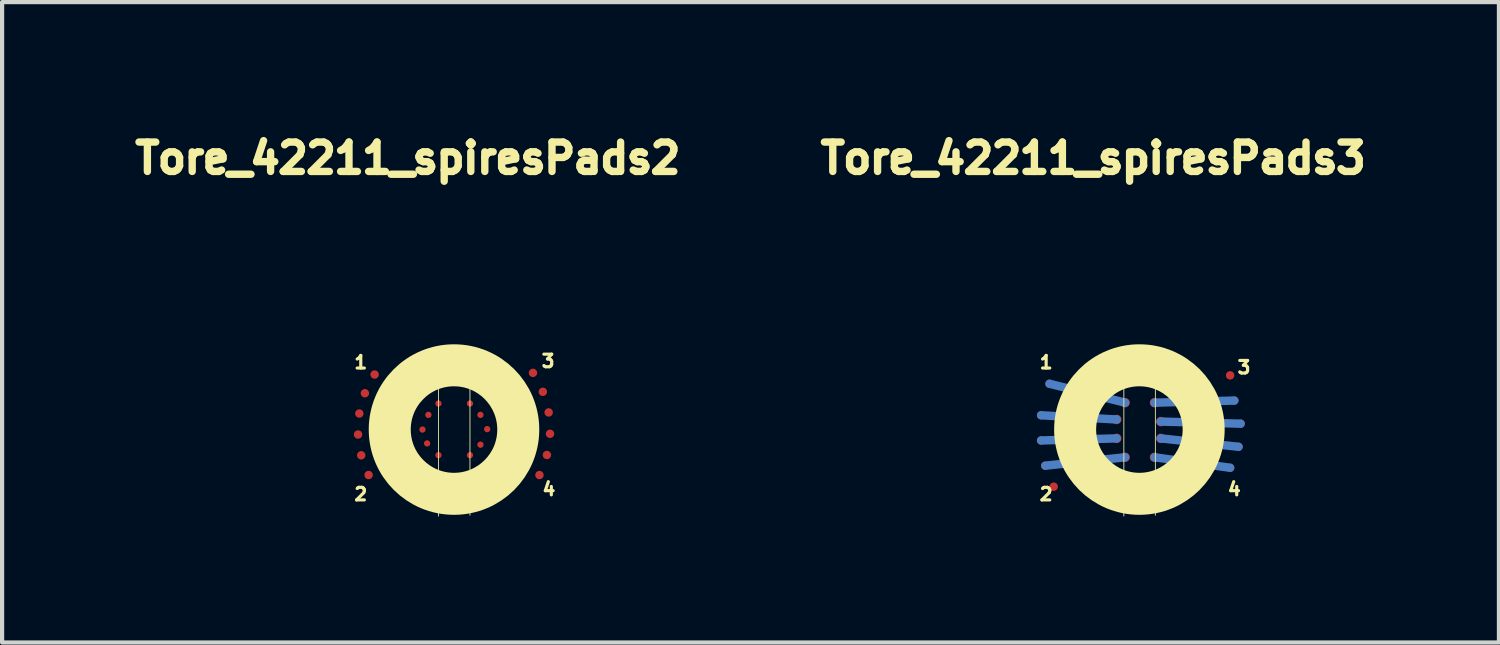
<source format=kicad_pcb>
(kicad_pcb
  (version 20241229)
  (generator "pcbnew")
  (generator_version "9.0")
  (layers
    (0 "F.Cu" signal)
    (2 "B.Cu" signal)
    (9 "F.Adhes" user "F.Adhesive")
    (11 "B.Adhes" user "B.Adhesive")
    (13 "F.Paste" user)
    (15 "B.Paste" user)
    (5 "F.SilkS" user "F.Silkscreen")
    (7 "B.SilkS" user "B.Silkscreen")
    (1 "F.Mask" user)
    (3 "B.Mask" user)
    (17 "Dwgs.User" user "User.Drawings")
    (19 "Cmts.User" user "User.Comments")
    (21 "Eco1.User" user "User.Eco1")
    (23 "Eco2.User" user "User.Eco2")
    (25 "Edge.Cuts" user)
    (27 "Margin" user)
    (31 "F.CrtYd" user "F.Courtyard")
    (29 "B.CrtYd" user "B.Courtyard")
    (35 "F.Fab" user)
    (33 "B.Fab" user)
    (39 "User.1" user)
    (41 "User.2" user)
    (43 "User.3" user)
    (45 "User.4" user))
  (footprint "Tore_42211_spiresPads2"
    (layer "F.Cu")
    (at 7.769 7.187)
    (property "Reference" "Tore_42211_spiresPads2" (at -1.11 -6.47 0) (layer "F.SilkS") (effects (font (size 0.7 0.7) (thickness 0.3))))
    (attr through_hole)
    (fp_line (start -0.38 -1.82) (end -0.38 2.05) (stroke (width 0.02) (type solid)) (layer "F.SilkS"))
    (fp_line (start 0.37 -1.84) (end 0.37 2.03) (stroke (width 0.02) (type solid)) (layer "F.SilkS"))
    (fp_circle (center -0.01 -0.01) (end 1.52 -0.01) (stroke (width 1) (type solid)) (fill no) (layer "F.SilkS"))
    (fp_line (start -2.29 0.1) (end -0.67 0.31) (stroke (width 0.12) (type solid)) (layer "In2.Cu"))
    (fp_line (start -2.28 -0.39) (end -0.76 -0.02) (stroke (width 0.12) (type solid)) (layer "In2.Cu"))
    (fp_line (start -2.15 -0.88) (end -0.63 -0.36) (stroke (width 0.12) (type solid)) (layer "In2.Cu"))
    (fp_line (start -1.91 -1.32) (end -0.4 -0.64) (stroke (width 0.12) (type solid)) (layer "In2.Cu"))
    (fp_line (start -0.4 0.6) (end -2.24 0.61) (stroke (width 0.12) (type solid)) (layer "In2.Cu"))
    (fp_line (start 0.38 -0.63) (end 2.11 -0.91) (stroke (width 0.12) (type solid)) (layer "In2.Cu"))
    (fp_line (start 2.03 1.07) (end 0.39 0.6) (stroke (width 0.12) (type solid)) (layer "In2.Cu"))
    (fp_line (start 2.21 0.61) (end 0.63 0.35) (stroke (width 0.12) (type solid)) (layer "In2.Cu"))
    (fp_line (start 2.25 -0.42) (end 0.63 -0.36) (stroke (width 0.12) (type solid)) (layer "In2.Cu"))
    (fp_line (start 2.27 0.09) (end 0.77 -0.02) (stroke (width 0.12) (type solid)) (layer "In2.Cu"))
    (fp_poly (pts (xy 0.158 -2.031) (xy 0.3 -2.015) (xy 0.44 -1.988) (xy 0.476 -1.98) (xy 0.614 -1.941) (xy 0.747 -1.894) (xy 0.876 -1.837) (xy 1 -1.773) (xy 1.119 -1.701) (xy 1.232 -1.621) (xy 1.339 -1.534) (xy 1.44 -1.44) (xy 1.534 -1.34) (xy 1.621 -1.233) (xy 1.701 -1.121) (xy 1.773 -1.003) (xy 1.838 -0.881) (xy 1.893 -0.753) (xy 1.941 -0.621) (xy 1.979 -0.486) (xy 1.998 -0.398) (xy 2.021 -0.259) (xy 2.033 -0.12) (xy 2.036 0.019) (xy 2.028 0.159) (xy 2.011 0.3) (xy 2.003 0.346) (xy 1.973 0.484) (xy 1.934 0.618) (xy 1.886 0.749) (xy 1.828 0.876) (xy 1.762 0.999) (xy 1.688 1.117) (xy 1.605 1.23) (xy 1.514 1.338) (xy 1.416 1.439) (xy 1.311 1.534) (xy 1.199 1.622) (xy 1.125 1.673) (xy 1.004 1.747) (xy 0.879 1.813) (xy 0.75 1.869) (xy 0.617 1.917) (xy 0.481 1.955) (xy 0.343 1.984) (xy 0.203 2.004) (xy 0.063 2.013) (xy -0.018 2.014) (xy -0.05 2.014) (xy -0.079 2.013) (xy -0.105 2.012) (xy -0.125 2.012) (xy -0.135 2.011) (xy -0.28 1.997) (xy -0.422 1.973) (xy -0.561 1.939) (xy -0.697 1.896) (xy -0.829 1.843) (xy -0.957 1.782) (xy -1.081 1.712) (xy -1.2 1.633) (xy -1.313 1.546) (xy -1.421 1.451) (xy -1.46 1.412) (xy -1.559 1.307) (xy -1.649 1.195) (xy -1.73 1.079) (xy -1.803 0.957) (xy -1.867 0.831) (xy -1.922 0.7) (xy -1.968 0.566) (xy -2.004 0.427) (xy -2.031 0.285) (xy -2.041 0.214) (xy -2.045 0.173) (xy -2.047 0.124) (xy -2.049 0.069) (xy -2.05 0.012) (xy -2.05 -0.012) (xy -1.033 -0.012) (xy -1.028 0.09) (xy -1.014 0.188) (xy -0.991 0.282) (xy -0.959 0.373) (xy -0.916 0.462) (xy -0.885 0.516) (xy -0.831 0.596) (xy -0.769 0.67) (xy -0.7 0.738) (xy -0.626 0.799) (xy -0.546 0.853) (xy -0.462 0.9) (xy -0.375 0.938) (xy -0.285 0.968) (xy -0.194 0.988) (xy -0.155 0.993) (xy -0.133 0.996) (xy -0.114 0.999) (xy -0.1 1.001) (xy -0.097 1.001) (xy -0.083 1.002) (xy -0.061 1.003) (xy -0.033 1.003) (xy -0.001 1.002) (xy 0.033 1.001) (xy 0.068 0.999) (xy 0.1 0.997) (xy 0.128 0.995) (xy 0.15 0.993) (xy 0.157 0.991) (xy 0.237 0.975) (xy 0.312 0.954) (xy 0.385 0.927) (xy 0.449 0.898) (xy 0.537 0.849) (xy 0.619 0.792) (xy 0.694 0.728) (xy 0.763 0.657) (xy 0.825 0.58) (xy 0.879 0.497) (xy 0.925 0.408) (xy 0.963 0.315) (xy 0.99 0.224) (xy 1.005 0.148) (xy 1.013 0.067) (xy 1.016 -0.017) (xy 1.012 -0.101) (xy 1.002 -0.184) (xy 0.99 -0.245) (xy 0.964 -0.334) (xy 0.93 -0.422) (xy 0.886 -0.508) (xy 0.836 -0.59) (xy 0.811 -0.624) (xy 0.791 -0.649) (xy 0.764 -0.679) (xy 0.733 -0.711) (xy 0.701 -0.744) (xy 0.669 -0.774) (xy 0.639 -0.8) (xy 0.616 -0.819) (xy 0.532 -0.876) (xy 0.443 -0.925) (xy 0.35 -0.964) (xy 0.252 -0.995) (xy 0.152 -1.016) (xy 0.12 -1.02) (xy 0.08 -1.023) (xy 0.035 -1.025) (xy -0.012 -1.025) (xy -0.059 -1.025) (xy -0.103 -1.023) (xy -0.142 -1.02) (xy -0.17 -1.016) (xy -0.247 -1.001) (xy -0.317 -0.981) (xy -0.385 -0.957) (xy -0.453 -0.928) (xy -0.465 -0.922) (xy -0.553 -0.873) (xy -0.634 -0.817) (xy -0.71 -0.753) (xy -0.779 -0.683) (xy -0.841 -0.606) (xy -0.895 -0.523) (xy -0.941 -0.436) (xy -0.978 -0.344) (xy -1 -0.271) (xy -1.014 -0.213) (xy -1.024 -0.158) (xy -1.03 -0.101) (xy -1.032 -0.04) (xy -1.033 -0.012) (xy -2.05 -0.012) (xy -2.05 -0.047) (xy -2.049 -0.104) (xy -2.047 -0.158) (xy -2.044 -0.206) (xy -2.041 -0.238) (xy -2.018 -0.382) (xy -1.986 -0.523) (xy -1.945 -0.659) (xy -1.894 -0.793) (xy -1.834 -0.922) (xy -1.765 -1.047) (xy -1.736 -1.094) (xy -1.656 -1.209) (xy -1.569 -1.319) (xy -1.473 -1.423) (xy -1.37 -1.521) (xy -1.261 -1.611) (xy -1.147 -1.694) (xy -1.066 -1.745) (xy -0.94 -1.815) (xy -0.811 -1.875) (xy -0.678 -1.926) (xy -0.543 -1.968) (xy -0.405 -2) (xy -0.265 -2.022) (xy -0.125 -2.035) (xy 0.017 -2.038) (xy 0.158 -2.031)) (stroke (width 0.01) (type solid)) (fill no) (layer "Eco1.User"))
    (fp_text user "1" (at -2.23 -1.61 0) (layer "F.SilkS") (effects (font (size 0.3 0.3) (thickness 0.075))))
    (fp_text user "4" (at 2.25 1.41 0) (layer "F.SilkS") (effects (font (size 0.3 0.3) (thickness 0.075))))
    (fp_text user "2" (at -2.23 1.53 0) (layer "F.SilkS") (effects (font (size 0.3 0.3) (thickness 0.075))))
    (fp_text user "3" (at 2.23 -1.64 0) (layer "F.SilkS") (effects (font (size 0.3 0.3) (thickness 0.075))))
    (pad "" smd circle (at -2.294 0.108 36) (size 0.2 0.2) (layers "F.Cu" "F.Mask" "F.Paste"))
    (pad "" smd circle (at -2.264 -0.392 24) (size 0.2 0.2) (layers "F.Cu" "F.Mask" "F.Paste"))
    (pad "" smd circle (at -2.219 0.603 48) (size 0.2 0.2) (layers "F.Cu" "F.Mask" "F.Paste"))
    (pad "" smd circle (at -2.131 -0.875 12) (size 0.2 0.2) (layers "F.Cu" "F.Mask" "F.Paste"))
    (pad "" smd circle (at -0.76 -0.01 60) (size 0.15 0.15) (layers "F.Cu" "F.Mask" "F.Paste"))
    (pad "" smd circle (at -0.65 0.32 90) (size 0.15 0.15) (layers "F.Cu" "F.Mask" "F.Paste"))
    (pad "" smd circle (at -0.62 -0.36 30) (size 0.15 0.15) (layers "F.Cu" "F.Mask" "F.Paste"))
    (pad "" smd circle (at -0.38 -0.63) (size 0.15 0.15) (layers "F.Cu" "F.Mask" "F.Paste"))
    (pad "" smd circle (at -0.38 0.6 120) (size 0.15 0.15) (layers "F.Cu" "F.Mask" "F.Paste"))
    (pad "" smd circle (at 0.37 -0.63 300) (size 0.15 0.15) (layers "F.Cu" "F.Mask" "F.Paste"))
    (pad "" smd circle (at 0.37 0.6 180) (size 0.15 0.15) (layers "F.Cu" "F.Mask" "F.Paste"))
    (pad "" smd circle (at 0.62 -0.36 270) (size 0.15 0.15) (layers "F.Cu" "F.Mask" "F.Paste"))
    (pad "" smd circle (at 0.62 0.35 210) (size 0.15 0.15) (layers "F.Cu" "F.Mask" "F.Paste"))
    (pad "" smd circle (at 0.78 -0.02 240) (size 0.15 0.15) (layers "F.Cu" "F.Mask" "F.Paste"))
    (pad "" smd circle (at 2.106 -0.908 288) (size 0.2 0.2) (layers "F.Cu" "F.Mask" "F.Paste"))
    (pad "" smd circle (at 2.202 0.595 252) (size 0.2 0.2) (layers "F.Cu" "F.Mask" "F.Paste"))
    (pad "" smd circle (at 2.244 -0.418 276) (size 0.2 0.2) (layers "F.Cu" "F.Mask" "F.Paste"))
    (pad "" smd circle (at 2.276 0.091 264) (size 0.2 0.2) (layers "F.Cu" "F.Mask" "F.Paste"))
    (pad "1" smd circle (at -1.9 -1.32) (size 0.2 0.2) (layers "F.Cu" "F.Mask" "F.Paste"))
    (pad "2" smd circle (at -2.043 1.072 60) (size 0.2 0.2) (layers "F.Cu" "F.Mask" "F.Paste"))
    (pad "3" smd circle (at 1.87 -1.36 300) (size 0.2 0.2) (layers "F.Cu" "F.Mask" "F.Paste"))
    (pad "4" smd circle (at 2.024 1.073 240) (size 0.2 0.2) (layers "F.Cu" "F.Mask" "F.Paste")))
  (footprint "Tore_42211_spiresPads3"
    (layer "F.Cu")
    (at 24.087 7.187)
    (property "Reference" "Tore_42211_spiresPads3" (at -1.11 -6.47 0) (layer "F.SilkS") (effects (font (size 0.7 0.7) (thickness 0.3))))
    (attr through_hole)
    (fp_line (start -2.35 -0.35) (end -0.55 -0.25) (stroke (width 0.2) (type solid)) (layer "B.Cu"))
    (fp_line (start -2.35 0.25) (end -0.55 0.2) (stroke (width 0.2) (type solid)) (layer "B.Cu"))
    (fp_line (start -2.15 -1.1) (end -0.35 -0.65) (stroke (width 0.2) (type solid)) (layer "B.Cu"))
    (fp_line (start -0.35 0.65) (end -2.25 0.85) (stroke (width 0.2) (type solid)) (layer "B.Cu"))
    (fp_line (start 0.35 -0.65) (end 2.25 -0.7) (stroke (width 0.2) (type solid)) (layer "B.Cu"))
    (fp_line (start 2.15 0.9) (end 0.35 0.65) (stroke (width 0.2) (type solid)) (layer "B.Cu"))
    (fp_line (start 2.35 0.4) (end 0.5 0.2) (stroke (width 0.2) (type solid)) (layer "B.Cu"))
    (fp_line (start 2.4 -0.15) (end 0.5 -0.2) (stroke (width 0.2) (type solid)) (layer "B.Cu"))
    (fp_line (start -0.38 -1.82) (end -0.38 2.05) (stroke (width 0.02) (type solid)) (layer "F.SilkS"))
    (fp_line (start 0.37 -1.84) (end 0.37 2.03) (stroke (width 0.02) (type solid)) (layer "F.SilkS"))
    (fp_circle (center -0.01 -0.01) (end 1.52 -0.01) (stroke (width 1) (type solid)) (fill no) (layer "F.SilkS"))
    (fp_poly (pts (xy 0.158 -2.031) (xy 0.3 -2.015) (xy 0.44 -1.988) (xy 0.476 -1.98) (xy 0.614 -1.941) (xy 0.747 -1.894) (xy 0.876 -1.837) (xy 1 -1.773) (xy 1.119 -1.701) (xy 1.232 -1.621) (xy 1.339 -1.534) (xy 1.44 -1.44) (xy 1.534 -1.34) (xy 1.621 -1.233) (xy 1.701 -1.121) (xy 1.773 -1.003) (xy 1.838 -0.881) (xy 1.893 -0.753) (xy 1.941 -0.621) (xy 1.979 -0.486) (xy 1.998 -0.398) (xy 2.021 -0.259) (xy 2.033 -0.12) (xy 2.036 0.019) (xy 2.028 0.159) (xy 2.011 0.3) (xy 2.003 0.346) (xy 1.973 0.484) (xy 1.934 0.618) (xy 1.886 0.749) (xy 1.828 0.876) (xy 1.762 0.999) (xy 1.688 1.117) (xy 1.605 1.23) (xy 1.514 1.338) (xy 1.416 1.439) (xy 1.311 1.534) (xy 1.199 1.622) (xy 1.125 1.673) (xy 1.004 1.747) (xy 0.879 1.813) (xy 0.75 1.869) (xy 0.617 1.917) (xy 0.481 1.955) (xy 0.343 1.984) (xy 0.203 2.004) (xy 0.063 2.013) (xy -0.018 2.014) (xy -0.05 2.014) (xy -0.079 2.013) (xy -0.105 2.012) (xy -0.125 2.012) (xy -0.135 2.011) (xy -0.28 1.997) (xy -0.422 1.973) (xy -0.561 1.939) (xy -0.697 1.896) (xy -0.829 1.843) (xy -0.957 1.782) (xy -1.081 1.712) (xy -1.2 1.633) (xy -1.313 1.546) (xy -1.421 1.451) (xy -1.46 1.412) (xy -1.559 1.307) (xy -1.649 1.195) (xy -1.73 1.079) (xy -1.803 0.957) (xy -1.867 0.831) (xy -1.922 0.7) (xy -1.968 0.566) (xy -2.004 0.427) (xy -2.031 0.285) (xy -2.041 0.214) (xy -2.045 0.173) (xy -2.047 0.124) (xy -2.049 0.069) (xy -2.05 0.012) (xy -2.05 -0.012) (xy -1.033 -0.012) (xy -1.028 0.09) (xy -1.014 0.188) (xy -0.991 0.282) (xy -0.959 0.373) (xy -0.916 0.462) (xy -0.885 0.516) (xy -0.831 0.596) (xy -0.769 0.67) (xy -0.7 0.738) (xy -0.626 0.799) (xy -0.546 0.853) (xy -0.462 0.9) (xy -0.375 0.938) (xy -0.285 0.968) (xy -0.194 0.988) (xy -0.155 0.993) (xy -0.133 0.996) (xy -0.114 0.999) (xy -0.1 1.001) (xy -0.097 1.001) (xy -0.083 1.002) (xy -0.061 1.003) (xy -0.033 1.003) (xy -0.001 1.002) (xy 0.033 1.001) (xy 0.068 0.999) (xy 0.1 0.997) (xy 0.128 0.995) (xy 0.15 0.993) (xy 0.157 0.991) (xy 0.237 0.975) (xy 0.312 0.954) (xy 0.385 0.927) (xy 0.449 0.898) (xy 0.537 0.849) (xy 0.619 0.792) (xy 0.694 0.728) (xy 0.763 0.657) (xy 0.825 0.58) (xy 0.879 0.497) (xy 0.925 0.408) (xy 0.963 0.315) (xy 0.99 0.224) (xy 1.005 0.148) (xy 1.013 0.067) (xy 1.016 -0.017) (xy 1.012 -0.101) (xy 1.002 -0.184) (xy 0.99 -0.245) (xy 0.964 -0.334) (xy 0.93 -0.422) (xy 0.886 -0.508) (xy 0.836 -0.59) (xy 0.811 -0.624) (xy 0.791 -0.649) (xy 0.764 -0.679) (xy 0.733 -0.711) (xy 0.701 -0.744) (xy 0.669 -0.774) (xy 0.639 -0.8) (xy 0.616 -0.819) (xy 0.532 -0.876) (xy 0.443 -0.925) (xy 0.35 -0.964) (xy 0.252 -0.995) (xy 0.152 -1.016) (xy 0.12 -1.02) (xy 0.08 -1.023) (xy 0.035 -1.025) (xy -0.012 -1.025) (xy -0.059 -1.025) (xy -0.103 -1.023) (xy -0.142 -1.02) (xy -0.17 -1.016) (xy -0.247 -1.001) (xy -0.317 -0.981) (xy -0.385 -0.957) (xy -0.453 -0.928) (xy -0.465 -0.922) (xy -0.553 -0.873) (xy -0.634 -0.817) (xy -0.71 -0.753) (xy -0.779 -0.683) (xy -0.841 -0.606) (xy -0.895 -0.523) (xy -0.941 -0.436) (xy -0.978 -0.344) (xy -1 -0.271) (xy -1.014 -0.213) (xy -1.024 -0.158) (xy -1.03 -0.101) (xy -1.032 -0.04) (xy -1.033 -0.012) (xy -2.05 -0.012) (xy -2.05 -0.047) (xy -2.049 -0.104) (xy -2.047 -0.158) (xy -2.044 -0.206) (xy -2.041 -0.238) (xy -2.018 -0.382) (xy -1.986 -0.523) (xy -1.945 -0.659) (xy -1.894 -0.793) (xy -1.834 -0.922) (xy -1.765 -1.047) (xy -1.736 -1.094) (xy -1.656 -1.209) (xy -1.569 -1.319) (xy -1.473 -1.423) (xy -1.37 -1.521) (xy -1.261 -1.611) (xy -1.147 -1.694) (xy -1.066 -1.745) (xy -0.94 -1.815) (xy -0.811 -1.875) (xy -0.678 -1.926) (xy -0.543 -1.968) (xy -0.405 -2) (xy -0.265 -2.022) (xy -0.125 -2.035) (xy 0.017 -2.038) (xy 0.158 -2.031)) (stroke (width 0.01) (type solid)) (fill no) (layer "Eco1.User"))
    (fp_text user "1" (at -2.23 -1.61 0) (layer "F.SilkS") (effects (font (size 0.3 0.3) (thickness 0.075))))
    (fp_text user "3" (at 2.48 -1.49 0) (layer "F.SilkS") (effects (font (size 0.3 0.3) (thickness 0.075))))
    (fp_text user "2" (at -2.23 1.53 0) (layer "F.SilkS") (effects (font (size 0.3 0.3) (thickness 0.075))))
    (fp_text user "4" (at 2.25 1.41 0) (layer "F.SilkS") (effects (font (size 0.3 0.3) (thickness 0.075))))
    (pad "" smd circle (at -2.35 -0.35 12) (size 0.2 0.2) (layers "F.Cu" "F.Mask" "F.Paste"))
    (pad "" smd circle (at -2.35 0.25 36) (size 0.2 0.2) (layers "F.Cu" "F.Mask" "F.Paste"))
    (pad "" smd circle (at -2.25 0.85 48) (size 0.2 0.2) (layers "F.Cu" "F.Mask" "F.Paste"))
    (pad "" smd circle (at -0.55 -0.25 30) (size 0.225 0.225) (layers "F.Cu" "F.Mask" "F.Paste"))
    (pad "" smd circle (at -0.55 0.2 90) (size 0.225 0.225) (layers "F.Cu" "F.Mask" "F.Paste"))
    (pad "" smd circle (at -0.35 -0.65) (size 0.225 0.225) (layers "F.Cu" "F.Mask" "F.Paste"))
    (pad "" smd circle (at -0.35 0.65 120) (size 0.225 0.225) (layers "F.Cu" "F.Mask" "F.Paste"))
    (pad "" smd circle (at 0.35 -0.65 300) (size 0.225 0.225) (layers "F.Cu" "F.Mask" "F.Paste"))
    (pad "" smd circle (at 0.35 0.65 180) (size 0.225 0.225) (layers "F.Cu" "F.Mask" "F.Paste"))
    (pad "" smd circle (at 0.5 -0.2 270) (size 0.225 0.225) (layers "F.Cu" "F.Mask" "F.Paste"))
    (pad "" smd circle (at 0.5 0.2 210) (size 0.225 0.225) (layers "F.Cu" "F.Mask" "F.Paste"))
    (pad "" smd circle (at 2.25 -0.7 288) (size 0.2 0.2) (layers "F.Cu" "F.Mask" "F.Paste"))
    (pad "" smd circle (at 2.35 0.4 252) (size 0.2 0.2) (layers "F.Cu" "F.Mask" "F.Paste"))
    (pad "" smd circle (at 2.4 -0.15 276) (size 0.2 0.2) (layers "F.Cu" "F.Mask" "F.Paste"))
    (pad "1" smd circle (at -2.15 -1.1) (size 0.2 0.2) (layers "F.Cu" "F.Mask" "F.Paste"))
    (pad "2" smd circle (at -2.05 1.35 60) (size 0.2 0.2) (layers "F.Cu" "F.Mask" "F.Paste"))
    (pad "3" smd circle (at 2.15 -1.3 300) (size 0.2 0.2) (layers "F.Cu" "F.Mask" "F.Paste"))
    (pad "4" smd circle (at 2.15 0.9 240) (size 0.2 0.2) (layers "F.Cu" "F.Mask" "F.Paste")))
  (gr_rect
    (start -3 -3)
    (end 32.637 12.247)
    (stroke (width 0.1) (type default))
    (fill no)
    (layer "Edge.Cuts")))
</source>
